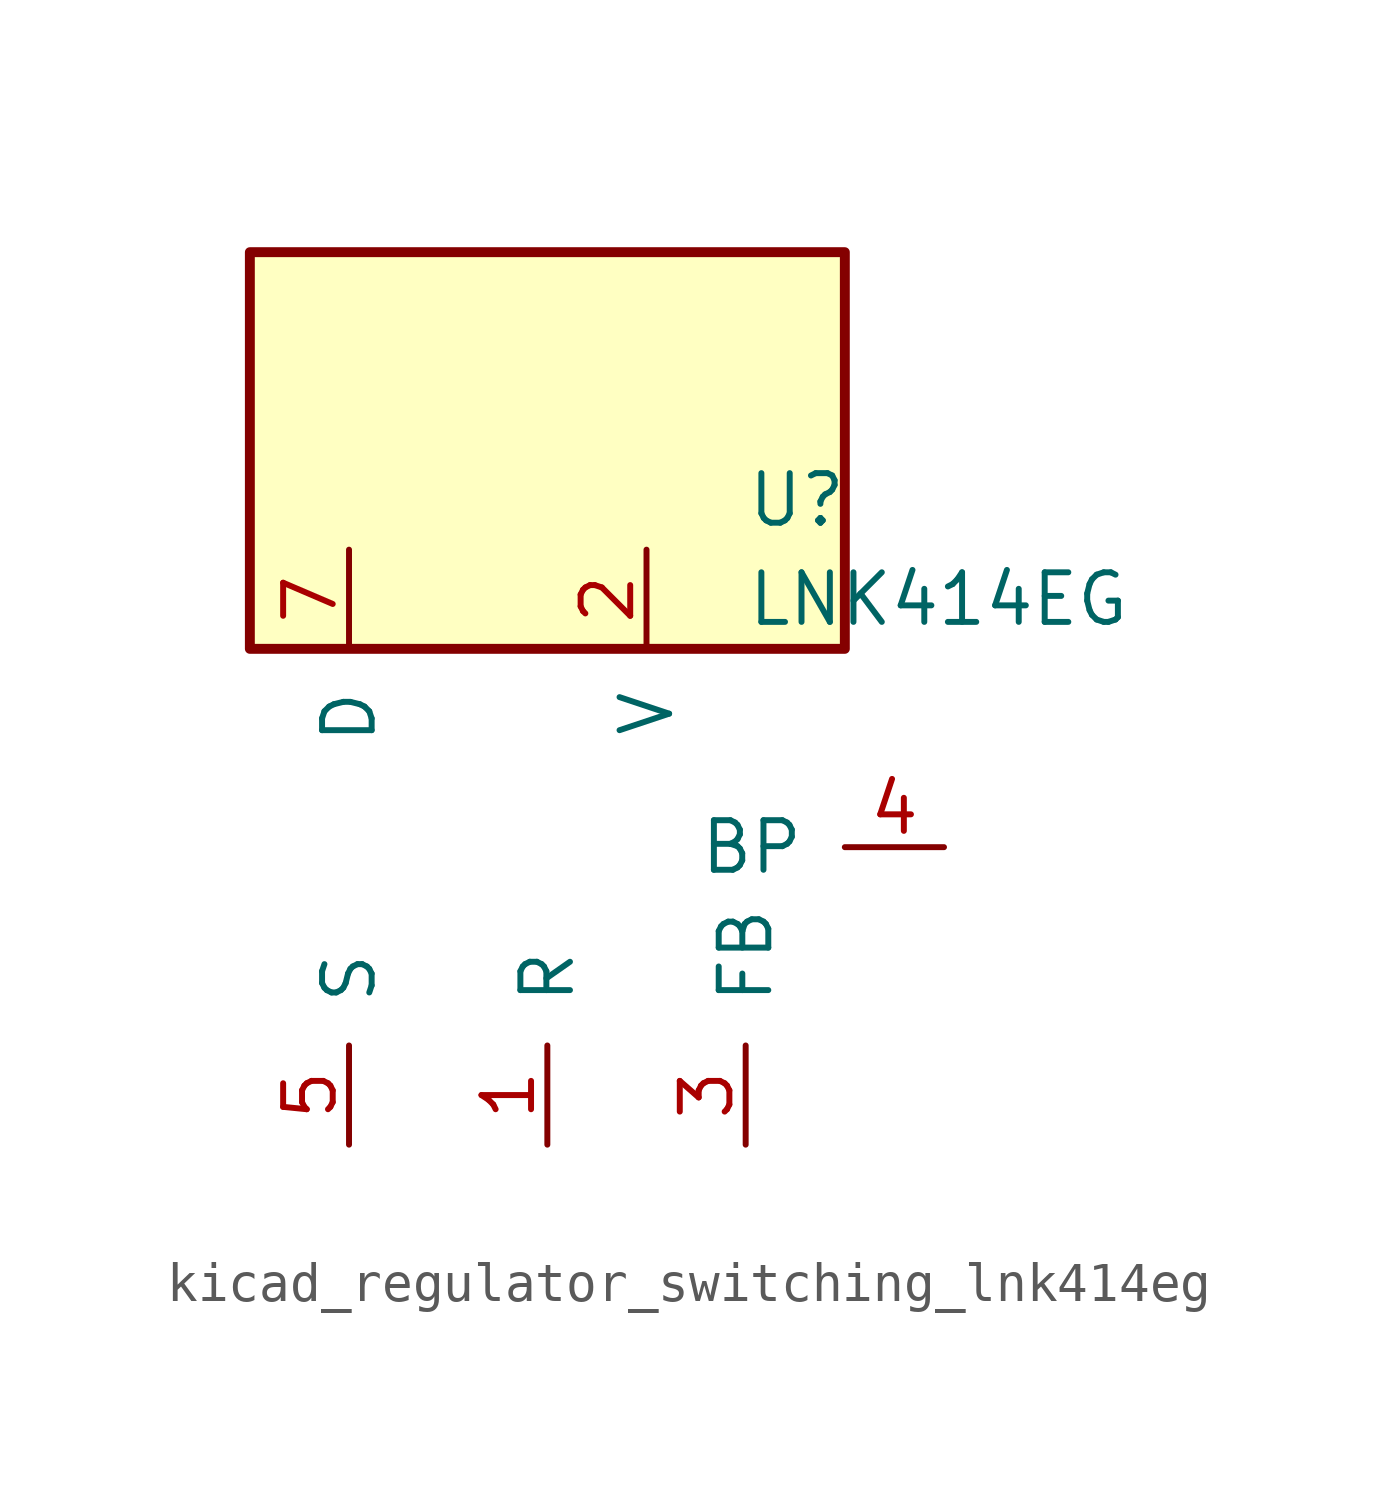
<source format=kicad_sym>
(kicad_symbol_lib
  (version 20220914)
  (generator kicad_symbol_editor)
  (symbol "kicad_regulator_switching_lnk414eg"
    (pin_names
      (offset 1.016))
    (property "Reference" "U"
      (at 5.08 8.89 0)
      (effects (font (size 1.27 1.27)) (justify left)))
    (property "Value" "LNK414EG"
      (at 5.08 6.35 0)
      (effects (font (size 1.27 1.27)) (justify left)))
    (symbol "kicad_regulator_switching_lnk414eg_0_1"
      (rectangle (start 7.62 15.24) (end -7.62 5.08) (stroke (width 0.254) (type default)) (fill (type background))))
    (symbol "kicad_regulator_switching_lnk414eg_1_1"
      (pin input line (at 0 -7.62 90) (length 2.54) (name "R" (effects (font (size 1.27 1.27)))) (number "1" (effects (font (size 1.27 1.27)))))
      (pin input line (at 2.54 7.62 270) (length 2.54) (name "V" (effects (font (size 1.27 1.27)))) (number "2" (effects (font (size 1.27 1.27)))))
      (pin input line (at 5.08 -7.62 90) (length 2.54) (name "FB" (effects (font (size 1.27 1.27)))) (number "3" (effects (font (size 1.27 1.27)))))
      (pin input line (at 10.16 0 180) (length 2.54) (name "BP" (effects (font (size 1.27 1.27)))) (number "4" (effects (font (size 1.27 1.27)))))
      (pin power_in line (at -5.08 -7.62 90) (length 2.54) (name "S" (effects (font (size 1.27 1.27)))) (number "5" (effects (font (size 1.27 1.27)))))
      (pin open_collector line (at -5.08 7.62 270) (length 2.54) (name "D" (effects (font (size 1.27 1.27)))) (number "7" (effects (font (size 1.27 1.27))))))))
</source>
